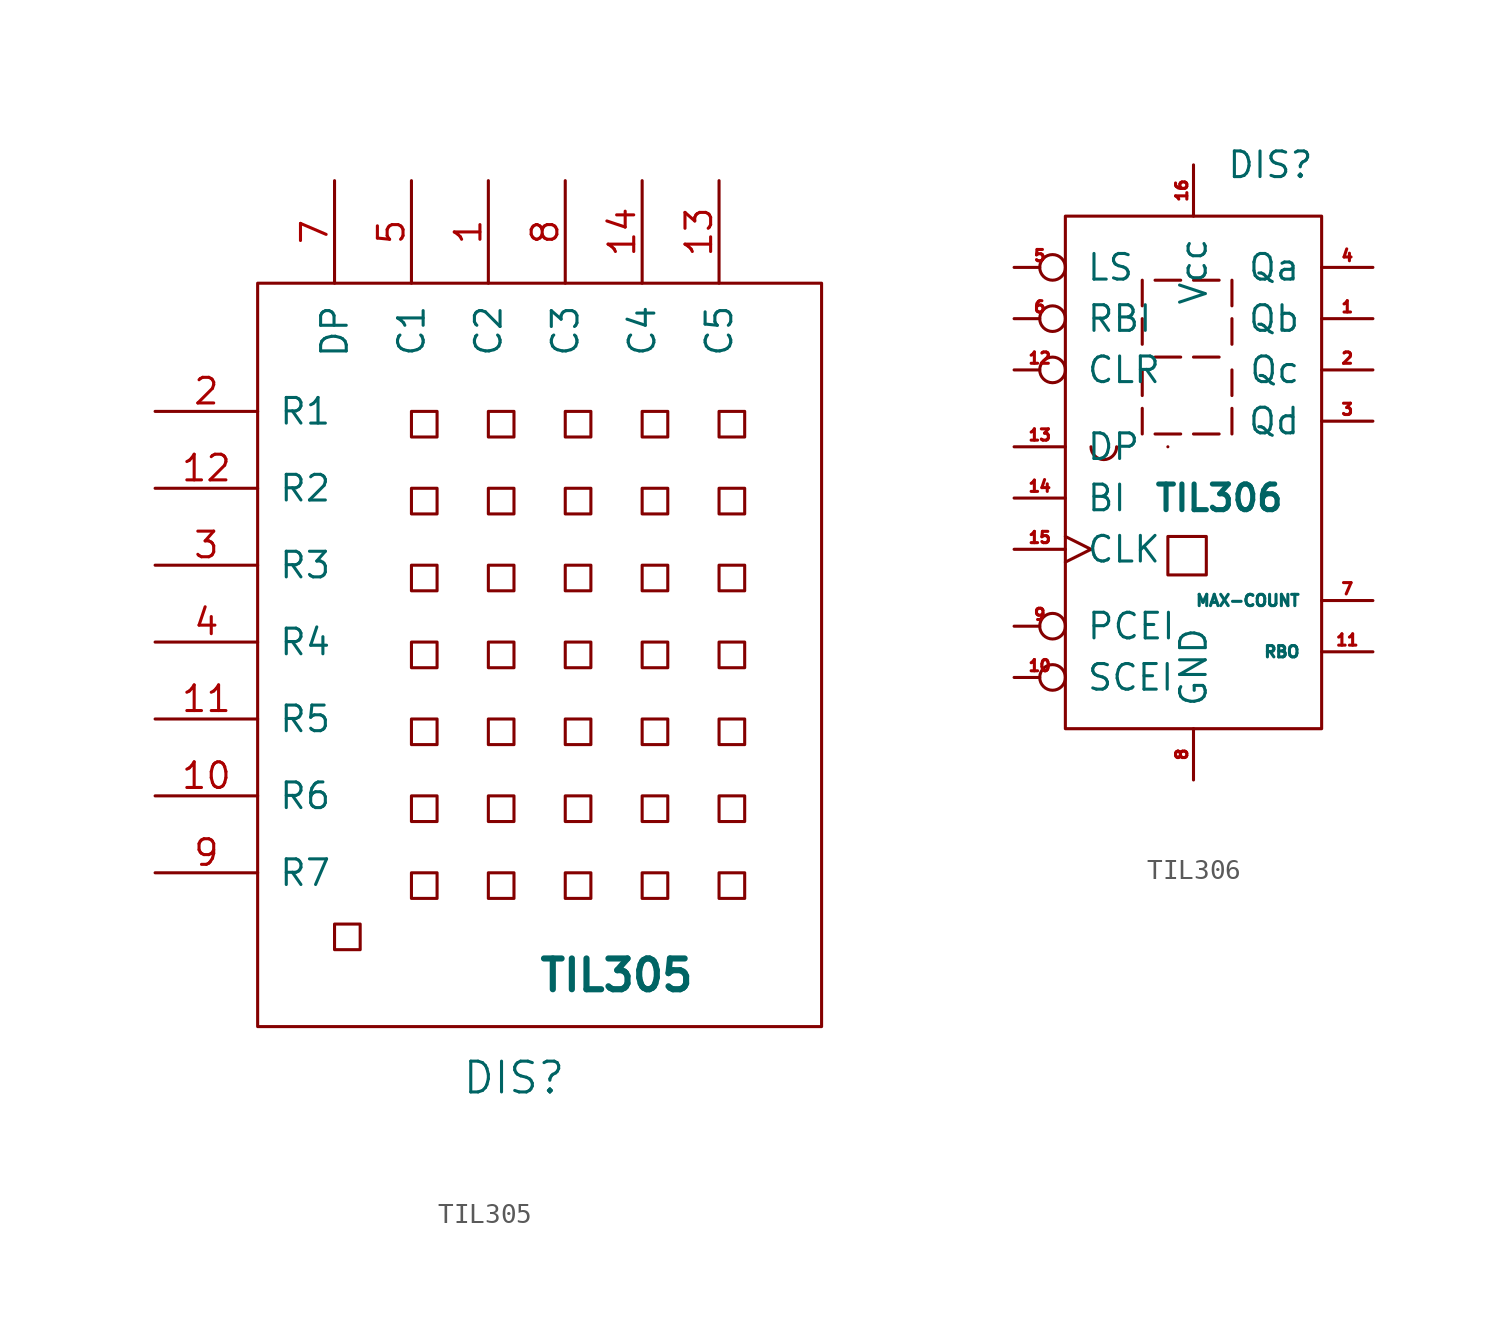
<source format=kicad_sym>
(kicad_symbol_lib
  (version 20211014)
  (generator kicad_symbol_editor)
  (symbol "TIL305"
    (pin_names
      (offset 1.016))
    (property "Reference" "DIS"
      (at 0 -24.13 0)
      (effects (font (size 1.524 1.524))))
    (property "Value" "TIL305"
      (at 5.08 -19.05 0)
      (effects (font (size 1.524 1.524) bold)))
    (symbol "TIL305_0_1"
      (rectangle (start -12.7 15.24) (end 15.24 -21.59) (stroke (width 0) (type default) (color 0 0 0 0)) (fill (type none)))
      (rectangle (start -7.62 -16.51) (end -8.89 -17.78) (stroke (width 0) (type default) (color 0 0 0 0)) (fill (type none)))
      (rectangle (start -5.08 -13.97) (end -3.81 -15.24) (stroke (width 0) (type default) (color 0 0 0 0)) (fill (type none)))
      (rectangle (start -5.08 -10.16) (end -3.81 -11.43) (stroke (width 0) (type default) (color 0 0 0 0)) (fill (type none)))
      (rectangle (start -5.08 -6.35) (end -3.81 -7.62) (stroke (width 0) (type default) (color 0 0 0 0)) (fill (type none)))
      (rectangle (start -5.08 -2.54) (end -3.81 -3.81) (stroke (width 0) (type default) (color 0 0 0 0)) (fill (type none)))
      (rectangle (start -5.08 1.27) (end -3.81 0) (stroke (width 0) (type default) (color 0 0 0 0)) (fill (type none)))
      (rectangle (start -5.08 5.08) (end -3.81 3.81) (stroke (width 0) (type default) (color 0 0 0 0)) (fill (type none)))
      (rectangle (start -5.08 8.89) (end -3.81 7.62) (stroke (width 0) (type default) (color 0 0 0 0)) (fill (type none)))
      (rectangle (start -1.27 -13.97) (end 0 -15.24) (stroke (width 0) (type default) (color 0 0 0 0)) (fill (type none)))
      (rectangle (start -1.27 -10.16) (end 0 -11.43) (stroke (width 0) (type default) (color 0 0 0 0)) (fill (type none)))
      (rectangle (start -1.27 -6.35) (end 0 -7.62) (stroke (width 0) (type default) (color 0 0 0 0)) (fill (type none)))
      (rectangle (start -1.27 -2.54) (end 0 -3.81) (stroke (width 0) (type default) (color 0 0 0 0)) (fill (type none)))
      (rectangle (start -1.27 1.27) (end 0 0) (stroke (width 0) (type default) (color 0 0 0 0)) (fill (type none)))
      (rectangle (start -1.27 5.08) (end 0 3.81) (stroke (width 0) (type default) (color 0 0 0 0)) (fill (type none)))
      (rectangle (start -1.27 8.89) (end 0 7.62) (stroke (width 0) (type default) (color 0 0 0 0)) (fill (type none)))
      (rectangle (start 2.54 -15.24) (end 3.81 -13.97) (stroke (width 0) (type default) (color 0 0 0 0)) (fill (type none)))
      (rectangle (start 2.54 -11.43) (end 3.81 -10.16) (stroke (width 0) (type default) (color 0 0 0 0)) (fill (type none)))
      (rectangle (start 2.54 -7.62) (end 3.81 -6.35) (stroke (width 0) (type default) (color 0 0 0 0)) (fill (type none)))
      (rectangle (start 2.54 -3.81) (end 3.81 -2.54) (stroke (width 0) (type default) (color 0 0 0 0)) (fill (type none)))
      (rectangle (start 2.54 0) (end 3.81 1.27) (stroke (width 0) (type default) (color 0 0 0 0)) (fill (type none)))
      (rectangle (start 2.54 3.81) (end 3.81 5.08) (stroke (width 0) (type default) (color 0 0 0 0)) (fill (type none)))
      (rectangle (start 2.54 7.62) (end 3.81 8.89) (stroke (width 0) (type default) (color 0 0 0 0)) (fill (type none)))
      (rectangle (start 6.35 -13.97) (end 7.62 -15.24) (stroke (width 0) (type default) (color 0 0 0 0)) (fill (type none)))
      (rectangle (start 6.35 -10.16) (end 7.62 -11.43) (stroke (width 0) (type default) (color 0 0 0 0)) (fill (type none)))
      (rectangle (start 6.35 -6.35) (end 7.62 -7.62) (stroke (width 0) (type default) (color 0 0 0 0)) (fill (type none)))
      (rectangle (start 6.35 -2.54) (end 7.62 -3.81) (stroke (width 0) (type default) (color 0 0 0 0)) (fill (type none)))
      (rectangle (start 6.35 1.27) (end 7.62 0) (stroke (width 0) (type default) (color 0 0 0 0)) (fill (type none)))
      (rectangle (start 6.35 5.08) (end 7.62 3.81) (stroke (width 0) (type default) (color 0 0 0 0)) (fill (type none)))
      (rectangle (start 6.35 8.89) (end 7.62 7.62) (stroke (width 0) (type default) (color 0 0 0 0)) (fill (type none)))
      (rectangle (start 10.16 -15.24) (end 11.43 -13.97) (stroke (width 0) (type default) (color 0 0 0 0)) (fill (type none)))
      (rectangle (start 11.43 -11.43) (end 10.16 -10.16) (stroke (width 0) (type default) (color 0 0 0 0)) (fill (type none)))
      (rectangle (start 11.43 -7.62) (end 10.16 -6.35) (stroke (width 0) (type default) (color 0 0 0 0)) (fill (type none)))
      (rectangle (start 11.43 -3.81) (end 10.16 -2.54) (stroke (width 0) (type default) (color 0 0 0 0)) (fill (type none)))
      (rectangle (start 11.43 0) (end 10.16 1.27) (stroke (width 0) (type default) (color 0 0 0 0)) (fill (type none)))
      (rectangle (start 11.43 3.81) (end 10.16 5.08) (stroke (width 0) (type default) (color 0 0 0 0)) (fill (type none)))
      (rectangle (start 11.43 7.62) (end 10.16 8.89) (stroke (width 0) (type default) (color 0 0 0 0)) (fill (type none))))
    (symbol "TIL305_1_1"
      (pin input line (at -1.27 20.32 270) (length 5.08) (name "C2" (effects (font (size 1.27 1.27)))) (number "1" (effects (font (size 1.27 1.27)))))
      (pin output line (at -17.78 -10.16 0) (length 5.08) (name "R6" (effects (font (size 1.27 1.27)))) (number "10" (effects (font (size 1.27 1.27)))))
      (pin output line (at -17.78 -6.35 0) (length 5.08) (name "R5" (effects (font (size 1.27 1.27)))) (number "11" (effects (font (size 1.27 1.27)))))
      (pin output line (at -17.78 5.08 0) (length 5.08) (name "R2" (effects (font (size 1.27 1.27)))) (number "12" (effects (font (size 1.27 1.27)))))
      (pin input line (at 10.16 20.32 270) (length 5.08) (name "C5" (effects (font (size 1.27 1.27)))) (number "13" (effects (font (size 1.27 1.27)))))
      (pin input line (at 6.35 20.32 270) (length 5.08) (name "C4" (effects (font (size 1.27 1.27)))) (number "14" (effects (font (size 1.27 1.27)))))
      (pin output line (at -17.78 8.89 0) (length 5.08) (name "R1" (effects (font (size 1.27 1.27)))) (number "2" (effects (font (size 1.27 1.27)))))
      (pin output line (at -17.78 1.27 0) (length 5.08) (name "R3" (effects (font (size 1.27 1.27)))) (number "3" (effects (font (size 1.27 1.27)))))
      (pin output line (at -17.78 -2.54 0) (length 5.08) (name "R4" (effects (font (size 1.27 1.27)))) (number "4" (effects (font (size 1.27 1.27)))))
      (pin input line (at -5.08 20.32 270) (length 5.08) (name "C1" (effects (font (size 1.27 1.27)))) (number "5" (effects (font (size 1.27 1.27)))))
      (pin input line (at -8.89 20.32 270) (length 5.08) (name "DP" (effects (font (size 1.27 1.27)))) (number "7" (effects (font (size 1.27 1.27)))))
      (pin input line (at 2.54 20.32 270) (length 5.08) (name "C3" (effects (font (size 1.27 1.27)))) (number "8" (effects (font (size 1.27 1.27)))))
      (pin output line (at -17.78 -13.97 0) (length 5.08) (name "R7" (effects (font (size 1.27 1.27)))) (number "9" (effects (font (size 1.27 1.27)))))))
  (symbol "TIL306"
    (pin_names
      (offset 1.016))
    (property "Reference" "DIS"
      (at 3.81 1.27 0)
      (effects (font (size 1.27 1.27))))
    (property "Value" "TIL306"
      (at 1.27 -15.24 0)
      (effects (font (size 1.27 1.27) bold)))
    (symbol "TIL306_0_1"
      (rectangle (start -6.35 -1.27) (end 6.35 -26.67) (stroke (width 0) (type default) (color 0 0 0 0)) (fill (type none)))
      (arc (start -5.08 -12.7) (mid -4.445 -13.335) (end -3.81 -12.7) (stroke (width 0) (type default) (color 0 0 0 0)) (fill (type none)))
      (rectangle (start -1.27 -17.145) (end 0.635 -19.05) (stroke (width 0) (type default) (color 0 0 0 0)) (fill (type none)))
      (arc (start -1.27 -12.7) (mid -1.27 -12.7) (end -1.27 -12.7) (stroke (width 0) (type default) (color 0 0 0 0)) (fill (type none)))
      (polyline (pts (xy -2.54 -10.795) (xy -2.54 -12.065)) (stroke (width 0) (type default) (color 0 0 0 0)) (fill (type none)))
      (polyline (pts (xy -2.54 -8.89) (xy -2.54 -10.16)) (stroke (width 0) (type default) (color 0 0 0 0)) (fill (type none)))
      (polyline (pts (xy -2.54 -6.35) (xy -2.54 -7.62)) (stroke (width 0) (type default) (color 0 0 0 0)) (fill (type none)))
      (polyline (pts (xy -2.54 -4.445) (xy -2.54 -5.715)) (stroke (width 0) (type default) (color 0 0 0 0)) (fill (type none)))
      (polyline (pts (xy -1.905 -8.255) (xy -0.635 -8.255)) (stroke (width 0) (type default) (color 0 0 0 0)) (fill (type none)))
      (polyline (pts (xy -1.905 -4.445) (xy -0.635 -4.445)) (stroke (width 0) (type default) (color 0 0 0 0)) (fill (type none)))
      (polyline (pts (xy -0.635 -12.065) (xy -1.905 -12.065)) (stroke (width 0) (type default) (color 0 0 0 0)) (fill (type none)))
      (polyline (pts (xy 0 -8.255) (xy 1.27 -8.255)) (stroke (width 0) (type default) (color 0 0 0 0)) (fill (type none)))
      (polyline (pts (xy 0 -4.445) (xy 1.27 -4.445)) (stroke (width 0) (type default) (color 0 0 0 0)) (fill (type none)))
      (polyline (pts (xy 1.27 -12.065) (xy 0 -12.065)) (stroke (width 0) (type default) (color 0 0 0 0)) (fill (type none)))
      (polyline (pts (xy 1.905 -10.795) (xy 1.905 -12.065)) (stroke (width 0) (type default) (color 0 0 0 0)) (fill (type none)))
      (polyline (pts (xy 1.905 -8.89) (xy 1.905 -10.16)) (stroke (width 0) (type default) (color 0 0 0 0)) (fill (type none)))
      (polyline (pts (xy 1.905 -6.35) (xy 1.905 -7.62)) (stroke (width 0) (type default) (color 0 0 0 0)) (fill (type none)))
      (polyline (pts (xy 1.905 -4.445) (xy 1.905 -5.715)) (stroke (width 0) (type default) (color 0 0 0 0)) (fill (type none))))
    (symbol "TIL306_1_1"
      (pin output line (at 8.89 -6.35 180) (length 2.54) (name "Qb" (effects (font (size 1.27 1.27)))) (number "1" (effects (font (size 0.559 0.559)))))
      (pin input inverted (at -8.89 -24.13 0) (length 2.54) (name "SCEI" (effects (font (size 1.27 1.27)))) (number "10" (effects (font (size 0.559 0.559)))))
      (pin bidirectional line (at 8.89 -22.86 180) (length 2.54) (name "RBO" (effects (font (size 0.559 0.559)))) (number "11" (effects (font (size 0.559 0.559)))))
      (pin input inverted (at -8.89 -8.89 0) (length 2.54) (name "CLR" (effects (font (size 1.27 1.27)))) (number "12" (effects (font (size 0.559 0.559)))))
      (pin input line (at -8.89 -12.7 0) (length 2.54) (name "DP" (effects (font (size 1.27 1.27)))) (number "13" (effects (font (size 0.559 0.559)))))
      (pin input line (at -8.89 -15.24 0) (length 2.54) (name "BI" (effects (font (size 1.27 1.27)))) (number "14" (effects (font (size 0.559 0.559)))))
      (pin input clock (at -8.89 -17.78 0) (length 2.54) (name "CLK" (effects (font (size 1.27 1.27)))) (number "15" (effects (font (size 0.559 0.559)))))
      (pin power_in line (at 0 1.27 270) (length 2.54) (name "Vcc" (effects (font (size 1.27 1.27)))) (number "16" (effects (font (size 0.559 0.559)))))
      (pin output line (at 8.89 -8.89 180) (length 2.54) (name "Qc" (effects (font (size 1.27 1.27)))) (number "2" (effects (font (size 0.559 0.559)))))
      (pin output line (at 8.89 -11.43 180) (length 2.54) (name "Qd" (effects (font (size 1.27 1.27)))) (number "3" (effects (font (size 0.559 0.559)))))
      (pin output line (at 8.89 -3.81 180) (length 2.54) (name "Qa" (effects (font (size 1.27 1.27)))) (number "4" (effects (font (size 0.559 0.559)))))
      (pin input inverted (at -8.89 -3.81 0) (length 2.54) (name "LS" (effects (font (size 1.27 1.27)))) (number "5" (effects (font (size 0.559 0.559)))))
      (pin input inverted (at -8.89 -6.35 0) (length 2.54) (name "RBI" (effects (font (size 1.27 1.27)))) (number "6" (effects (font (size 0.559 0.559)))))
      (pin output line (at 8.89 -20.32 180) (length 2.54) (name "MAX-COUNT" (effects (font (size 0.559 0.559)))) (number "7" (effects (font (size 0.559 0.559)))))
      (pin power_in line (at 0 -29.21 90) (length 2.54) (name "GND" (effects (font (size 1.27 1.27)))) (number "8" (effects (font (size 0.559 0.559)))))
      (pin input inverted (at -8.89 -21.59 0) (length 2.54) (name "PCEI" (effects (font (size 1.27 1.27)))) (number "9" (effects (font (size 0.559 0.559))))))))
</source>
